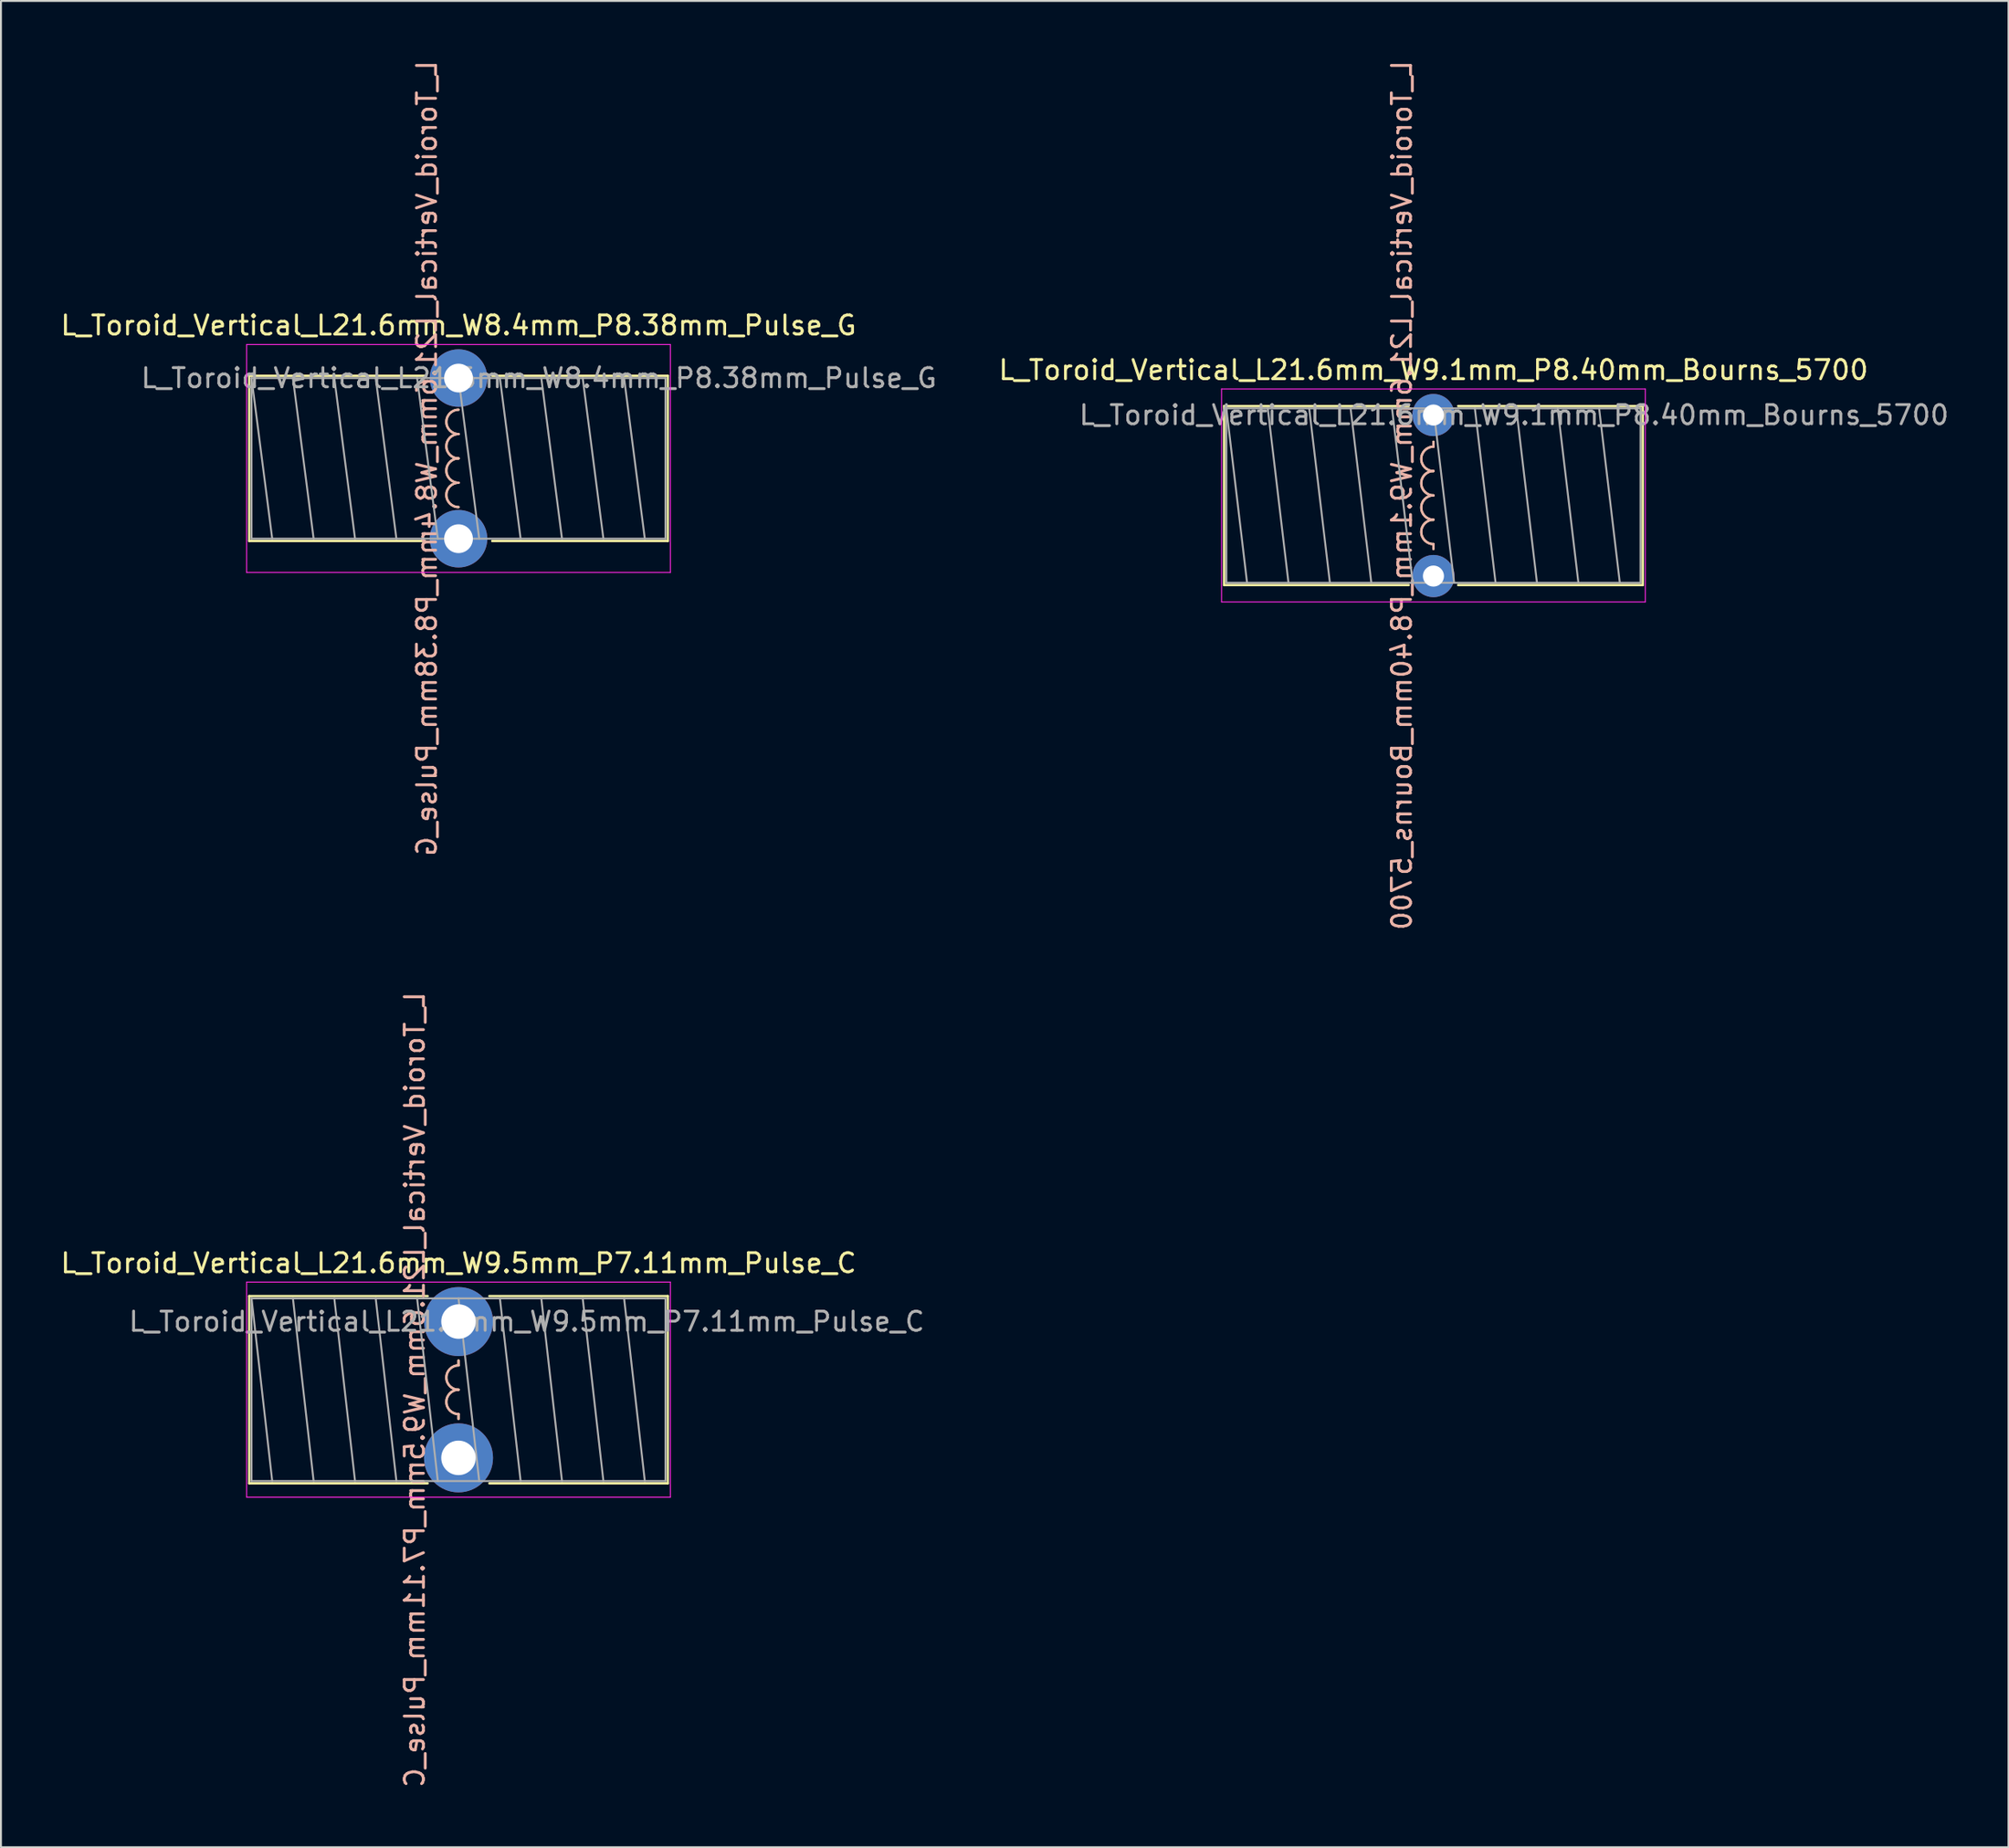
<source format=kicad_pcb>
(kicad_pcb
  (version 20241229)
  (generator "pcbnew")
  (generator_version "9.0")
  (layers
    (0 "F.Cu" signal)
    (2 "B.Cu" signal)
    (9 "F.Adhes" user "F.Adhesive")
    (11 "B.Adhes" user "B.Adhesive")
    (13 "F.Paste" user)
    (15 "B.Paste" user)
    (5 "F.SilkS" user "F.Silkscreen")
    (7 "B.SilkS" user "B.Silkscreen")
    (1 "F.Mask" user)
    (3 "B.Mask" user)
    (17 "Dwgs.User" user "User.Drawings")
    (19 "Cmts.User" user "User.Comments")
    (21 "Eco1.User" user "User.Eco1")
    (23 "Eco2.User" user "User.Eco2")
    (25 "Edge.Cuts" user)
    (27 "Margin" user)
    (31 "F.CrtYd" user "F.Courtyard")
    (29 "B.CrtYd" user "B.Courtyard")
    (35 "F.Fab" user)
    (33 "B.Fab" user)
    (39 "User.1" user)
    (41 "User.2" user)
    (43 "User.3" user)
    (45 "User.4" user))
  (footprint "L_Toroid_Vertical_L21.6mm_W9.1mm_P8.40mm_Bourns_5700"
    (layer "F.Cu")
    (at 71.708 18.601)
    (property "Reference" "L_Toroid_Vertical_L21.6mm_W9.1mm_P8.40mm_Bourns_5700" (at 0 -2.35 0) (layer "F.SilkS") (effects (font (size 1 1) (thickness 0.15))))
    (fp_line (start -10.92 -0.47) (end -10.92 8.87) (stroke (width 0.12) (type solid)) (layer "F.SilkS"))
    (fp_line (start -10.92 -0.47) (end -1.288 -0.47) (stroke (width 0.12) (type solid)) (layer "F.SilkS"))
    (fp_line (start -10.92 8.87) (end -1.288 8.87) (stroke (width 0.12) (type solid)) (layer "F.SilkS"))
    (fp_line (start 0 1.651) (end 0 1.397) (stroke (width 0.12) (type solid)) (layer "F.SilkS"))
    (fp_line (start 0 6.731) (end 0 6.985) (stroke (width 0.12) (type solid)) (layer "F.SilkS"))
    (fp_line (start 1.288 -0.47) (end 10.92 -0.47) (stroke (width 0.12) (type solid)) (layer "F.SilkS"))
    (fp_line (start 1.288 8.87) (end 10.92 8.87) (stroke (width 0.12) (type solid)) (layer "F.SilkS"))
    (fp_line (start 10.92 -0.47) (end 10.92 8.87) (stroke (width 0.12) (type solid)) (layer "F.SilkS"))
    (fp_arc (start 0 2.921) (mid -0.635 2.286) (end 0 1.651) (stroke (width 0.12) (type solid)) (layer "F.SilkS"))
    (fp_arc (start 0 4.191) (mid -0.635 3.556) (end 0 2.921) (stroke (width 0.12) (type solid)) (layer "F.SilkS"))
    (fp_arc (start 0 5.461) (mid -0.635 4.826) (end 0 4.191) (stroke (width 0.12) (type solid)) (layer "F.SilkS"))
    (fp_arc (start 0 6.731) (mid -0.635 6.096) (end 0 5.461) (stroke (width 0.12) (type solid)) (layer "F.SilkS"))
    (fp_line (start 0 1.651) (end 0 1.397) (stroke (width 0.12) (type solid)) (layer "B.SilkS"))
    (fp_line (start 0 6.731) (end 0 6.985) (stroke (width 0.12) (type solid)) (layer "B.SilkS"))
    (fp_arc (start 0 2.921) (mid -0.635 2.286) (end 0 1.651) (stroke (width 0.12) (type solid)) (layer "B.SilkS"))
    (fp_arc (start 0 4.191) (mid -0.635 3.556) (end 0 2.921) (stroke (width 0.12) (type solid)) (layer "B.SilkS"))
    (fp_arc (start 0 5.461) (mid -0.635 4.826) (end 0 4.191) (stroke (width 0.12) (type solid)) (layer "B.SilkS"))
    (fp_arc (start 0 6.731) (mid -0.635 6.096) (end 0 5.461) (stroke (width 0.12) (type solid)) (layer "B.SilkS"))
    (fp_line (start -11.05 -1.36) (end -11.05 9.75) (stroke (width 0.05) (type solid)) (layer "F.CrtYd"))
    (fp_line (start -11.05 9.75) (end 11.05 9.75) (stroke (width 0.05) (type solid)) (layer "F.CrtYd"))
    (fp_line (start 11.05 -1.36) (end -11.05 -1.36) (stroke (width 0.05) (type solid)) (layer "F.CrtYd"))
    (fp_line (start 11.05 9.75) (end 11.05 -1.36) (stroke (width 0.05) (type solid)) (layer "F.CrtYd"))
    (fp_line (start -10.8 -0.35) (end -10.8 8.75) (stroke (width 0.1) (type solid)) (layer "F.Fab"))
    (fp_line (start -10.8 -0.35) (end -9.72 8.75) (stroke (width 0.1) (type solid)) (layer "F.Fab"))
    (fp_line (start -10.8 8.75) (end 10.8 8.75) (stroke (width 0.1) (type solid)) (layer "F.Fab"))
    (fp_line (start -8.64 -0.35) (end -7.56 8.75) (stroke (width 0.1) (type solid)) (layer "F.Fab"))
    (fp_line (start -6.48 -0.35) (end -5.4 8.75) (stroke (width 0.1) (type solid)) (layer "F.Fab"))
    (fp_line (start -4.32 -0.35) (end -3.24 8.75) (stroke (width 0.1) (type solid)) (layer "F.Fab"))
    (fp_line (start -2.16 -0.35) (end -1.08 8.75) (stroke (width 0.1) (type solid)) (layer "F.Fab"))
    (fp_line (start 0 -0.35) (end 1.08 8.75) (stroke (width 0.1) (type solid)) (layer "F.Fab"))
    (fp_line (start 2.16 -0.35) (end 3.24 8.75) (stroke (width 0.1) (type solid)) (layer "F.Fab"))
    (fp_line (start 4.32 -0.35) (end 5.4 8.75) (stroke (width 0.1) (type solid)) (layer "F.Fab"))
    (fp_line (start 6.48 -0.35) (end 7.56 8.75) (stroke (width 0.1) (type solid)) (layer "F.Fab"))
    (fp_line (start 8.64 -0.35) (end 9.72 8.75) (stroke (width 0.1) (type solid)) (layer "F.Fab"))
    (fp_line (start 10.8 -0.35) (end -10.8 -0.35) (stroke (width 0.1) (type solid)) (layer "F.Fab"))
    (fp_line (start 10.8 8.75) (end 10.8 -0.35) (stroke (width 0.1) (type solid)) (layer "F.Fab"))
    (fp_text user "${REFERENCE}" (at -1.651 4.191 90) (layer "B.SilkS") (effects (font (size 1 1) (thickness 0.15)) (justify mirror)))
    (fp_text user "${REFERENCE}" (at 4.2 0 0) (layer "F.Fab") (effects (font (size 1 1) (thickness 0.15))))
    (pad "1" thru_hole circle (at 0 0) (size 2.2 2.2) (drill 1.1) (layers "*.Cu" "*.Mask"))
    (pad "2" thru_hole circle (at 0 8.4) (size 2.2 2.2) (drill 1.1) (layers "*.Cu" "*.Mask")))
  (footprint "L_Toroid_Vertical_L21.6mm_W9.5mm_P7.11mm_Pulse_C"
    (layer "F.Cu")
    (at 20.863 65.89)
    (property "Reference" "L_Toroid_Vertical_L21.6mm_W9.5mm_P7.11mm_Pulse_C" (at 0 -3.05 0) (layer "F.SilkS") (effects (font (size 1 1) (thickness 0.15))))
    (fp_line (start -10.915 -1.33) (end -10.915 8.44) (stroke (width 0.12) (type solid)) (layer "F.SilkS"))
    (fp_line (start -10.915 -1.33) (end -1.608 -1.33) (stroke (width 0.12) (type solid)) (layer "F.SilkS"))
    (fp_line (start -10.915 8.44) (end -1.608 8.44) (stroke (width 0.12) (type solid)) (layer "F.SilkS"))
    (fp_line (start 0 2.286) (end 0 2.032) (stroke (width 0.12) (type solid)) (layer "F.SilkS"))
    (fp_line (start 0 4.826) (end 0 5.08) (stroke (width 0.12) (type solid)) (layer "F.SilkS"))
    (fp_line (start 1.608 -1.33) (end 10.915 -1.33) (stroke (width 0.12) (type solid)) (layer "F.SilkS"))
    (fp_line (start 1.608 8.44) (end 10.915 8.44) (stroke (width 0.12) (type solid)) (layer "F.SilkS"))
    (fp_line (start 10.915 -1.33) (end 10.915 8.44) (stroke (width 0.12) (type solid)) (layer "F.SilkS"))
    (fp_arc (start 0 3.556) (mid -0.635 2.921) (end 0 2.286) (stroke (width 0.12) (type solid)) (layer "F.SilkS"))
    (fp_arc (start 0 4.826) (mid -0.635 4.191) (end 0 3.556) (stroke (width 0.12) (type solid)) (layer "F.SilkS"))
    (fp_line (start 0 2.286) (end 0 2.032) (stroke (width 0.12) (type solid)) (layer "B.SilkS"))
    (fp_line (start 0 4.826) (end 0 5.08) (stroke (width 0.12) (type solid)) (layer "B.SilkS"))
    (fp_arc (start 0 3.556) (mid -0.635 2.921) (end 0 2.286) (stroke (width 0.12) (type solid)) (layer "B.SilkS"))
    (fp_arc (start 0 4.826) (mid -0.635 4.191) (end 0 3.556) (stroke (width 0.12) (type solid)) (layer "B.SilkS"))
    (fp_line (start -11.05 -2.06) (end -11.05 9.16) (stroke (width 0.05) (type solid)) (layer "F.CrtYd"))
    (fp_line (start -11.05 9.16) (end 11.05 9.16) (stroke (width 0.05) (type solid)) (layer "F.CrtYd"))
    (fp_line (start 11.05 -2.06) (end -11.05 -2.06) (stroke (width 0.05) (type solid)) (layer "F.CrtYd"))
    (fp_line (start 11.05 9.16) (end 11.05 -2.06) (stroke (width 0.05) (type solid)) (layer "F.CrtYd"))
    (fp_line (start -10.795 -1.21) (end -10.795 8.32) (stroke (width 0.1) (type solid)) (layer "F.Fab"))
    (fp_line (start -10.795 -1.21) (end -9.716 8.32) (stroke (width 0.1) (type solid)) (layer "F.Fab"))
    (fp_line (start -10.795 8.32) (end 10.795 8.32) (stroke (width 0.1) (type solid)) (layer "F.Fab"))
    (fp_line (start -8.636 -1.21) (end -7.556 8.32) (stroke (width 0.1) (type solid)) (layer "F.Fab"))
    (fp_line (start -6.477 -1.21) (end -5.397 8.32) (stroke (width 0.1) (type solid)) (layer "F.Fab"))
    (fp_line (start -4.318 -1.21) (end -3.239 8.32) (stroke (width 0.1) (type solid)) (layer "F.Fab"))
    (fp_line (start -2.159 -1.21) (end -1.079 8.32) (stroke (width 0.1) (type solid)) (layer "F.Fab"))
    (fp_line (start 0 -1.21) (end 1.079 8.32) (stroke (width 0.1) (type solid)) (layer "F.Fab"))
    (fp_line (start 2.159 -1.21) (end 3.239 8.32) (stroke (width 0.1) (type solid)) (layer "F.Fab"))
    (fp_line (start 4.318 -1.21) (end 5.397 8.32) (stroke (width 0.1) (type solid)) (layer "F.Fab"))
    (fp_line (start 6.477 -1.21) (end 7.556 8.32) (stroke (width 0.1) (type solid)) (layer "F.Fab"))
    (fp_line (start 8.636 -1.21) (end 9.716 8.32) (stroke (width 0.1) (type solid)) (layer "F.Fab"))
    (fp_line (start 10.795 -1.21) (end -10.795 -1.21) (stroke (width 0.1) (type solid)) (layer "F.Fab"))
    (fp_line (start 10.795 8.32) (end 10.795 -1.21) (stroke (width 0.1) (type solid)) (layer "F.Fab"))
    (fp_text user "${REFERENCE}" (at -2.286 3.556 90) (layer "B.SilkS") (effects (font (size 1 1) (thickness 0.15)) (justify mirror)))
    (fp_text user "${REFERENCE}" (at 3.555 0 0) (layer "F.Fab") (effects (font (size 1 1) (thickness 0.15))))
    (pad "1" thru_hole circle (at 0 0) (size 3.6 3.6) (drill 1.8) (layers "*.Cu" "*.Mask"))
    (pad "2" thru_hole circle (at 0 7.11) (size 3.6 3.6) (drill 1.8) (layers "*.Cu" "*.Mask")))
  (footprint "L_Toroid_Vertical_L21.6mm_W8.4mm_P8.38mm_Pulse_G"
    (layer "F.Cu")
    (at 20.863 16.672)
    (property "Reference" "L_Toroid_Vertical_L21.6mm_W8.4mm_P8.38mm_Pulse_G" (at 0 -2.75 0) (layer "F.SilkS") (effects (font (size 1 1) (thickness 0.15))))
    (fp_line (start -10.915 -0.12) (end -10.915 8.5) (stroke (width 0.12) (type solid)) (layer "F.SilkS"))
    (fp_line (start -10.915 -0.12) (end -1.755 -0.12) (stroke (width 0.12) (type solid)) (layer "F.SilkS"))
    (fp_line (start -10.915 8.5) (end -1.755 8.5) (stroke (width 0.12) (type solid)) (layer "F.SilkS"))
    (fp_line (start 1.755 -0.12) (end 10.915 -0.12) (stroke (width 0.12) (type solid)) (layer "F.SilkS"))
    (fp_line (start 1.755 8.5) (end 10.915 8.5) (stroke (width 0.12) (type solid)) (layer "F.SilkS"))
    (fp_line (start 10.915 -0.12) (end 10.915 8.5) (stroke (width 0.12) (type solid)) (layer "F.SilkS"))
    (fp_arc (start 0 2.921) (mid -0.635 2.286) (end 0 1.651) (stroke (width 0.12) (type solid)) (layer "F.SilkS"))
    (fp_arc (start 0 4.191) (mid -0.635 3.556) (end 0 2.921) (stroke (width 0.12) (type solid)) (layer "F.SilkS"))
    (fp_arc (start 0 5.461) (mid -0.635 4.826) (end 0 4.191) (stroke (width 0.12) (type solid)) (layer "F.SilkS"))
    (fp_arc (start 0 6.731) (mid -0.635 6.096) (end 0 5.461) (stroke (width 0.12) (type solid)) (layer "F.SilkS"))
    (fp_arc (start 0 2.921) (mid -0.635 2.286) (end 0 1.651) (stroke (width 0.12) (type solid)) (layer "B.SilkS"))
    (fp_arc (start 0 4.191) (mid -0.635 3.556) (end 0 2.921) (stroke (width 0.12) (type solid)) (layer "B.SilkS"))
    (fp_arc (start 0 5.461) (mid -0.635 4.826) (end 0 4.191) (stroke (width 0.12) (type solid)) (layer "B.SilkS"))
    (fp_arc (start 0 6.731) (mid -0.635 6.096) (end 0 5.461) (stroke (width 0.12) (type solid)) (layer "B.SilkS"))
    (fp_line (start -11.05 -1.75) (end -11.05 10.14) (stroke (width 0.05) (type solid)) (layer "F.CrtYd"))
    (fp_line (start -11.05 10.14) (end 11.05 10.14) (stroke (width 0.05) (type solid)) (layer "F.CrtYd"))
    (fp_line (start 11.05 -1.75) (end -11.05 -1.75) (stroke (width 0.05) (type solid)) (layer "F.CrtYd"))
    (fp_line (start 11.05 10.14) (end 11.05 -1.75) (stroke (width 0.05) (type solid)) (layer "F.CrtYd"))
    (fp_line (start -10.795 0) (end -10.795 8.38) (stroke (width 0.1) (type solid)) (layer "F.Fab"))
    (fp_line (start -10.795 0) (end -9.716 8.38) (stroke (width 0.1) (type solid)) (layer "F.Fab"))
    (fp_line (start -10.795 8.38) (end 10.795 8.38) (stroke (width 0.1) (type solid)) (layer "F.Fab"))
    (fp_line (start -8.636 0) (end -7.556 8.38) (stroke (width 0.1) (type solid)) (layer "F.Fab"))
    (fp_line (start -6.477 0) (end -5.397 8.38) (stroke (width 0.1) (type solid)) (layer "F.Fab"))
    (fp_line (start -4.318 0) (end -3.239 8.38) (stroke (width 0.1) (type solid)) (layer "F.Fab"))
    (fp_line (start -2.159 0) (end -1.079 8.38) (stroke (width 0.1) (type solid)) (layer "F.Fab"))
    (fp_line (start 0 0) (end 1.079 8.38) (stroke (width 0.1) (type solid)) (layer "F.Fab"))
    (fp_line (start 2.159 0) (end 3.239 8.38) (stroke (width 0.1) (type solid)) (layer "F.Fab"))
    (fp_line (start 4.318 0) (end 5.397 8.38) (stroke (width 0.1) (type solid)) (layer "F.Fab"))
    (fp_line (start 6.477 0) (end 7.556 8.38) (stroke (width 0.1) (type solid)) (layer "F.Fab"))
    (fp_line (start 8.636 0) (end 9.716 8.38) (stroke (width 0.1) (type solid)) (layer "F.Fab"))
    (fp_line (start 10.795 0) (end -10.795 0) (stroke (width 0.1) (type solid)) (layer "F.Fab"))
    (fp_line (start 10.795 8.38) (end 10.795 0) (stroke (width 0.1) (type solid)) (layer "F.Fab"))
    (fp_text user "${REFERENCE}" (at -1.651 4.191 90) (layer "B.SilkS") (effects (font (size 1 1) (thickness 0.15)) (justify mirror)))
    (fp_text user "${REFERENCE}" (at 4.19 0 0) (layer "F.Fab") (effects (font (size 1 1) (thickness 0.15))))
    (pad "1" thru_hole circle (at 0 0) (size 3 3) (drill 1.5) (layers "*.Cu" "*.Mask"))
    (pad "2" thru_hole circle (at 0 8.38) (size 3 3) (drill 1.5) (layers "*.Cu" "*.Mask")))
  (gr_rect
    (start -3 -3)
    (end 101.7 93.31)
    (stroke (width 0.1) (type default))
    (fill no)
    (layer "Edge.Cuts")))
</source>
